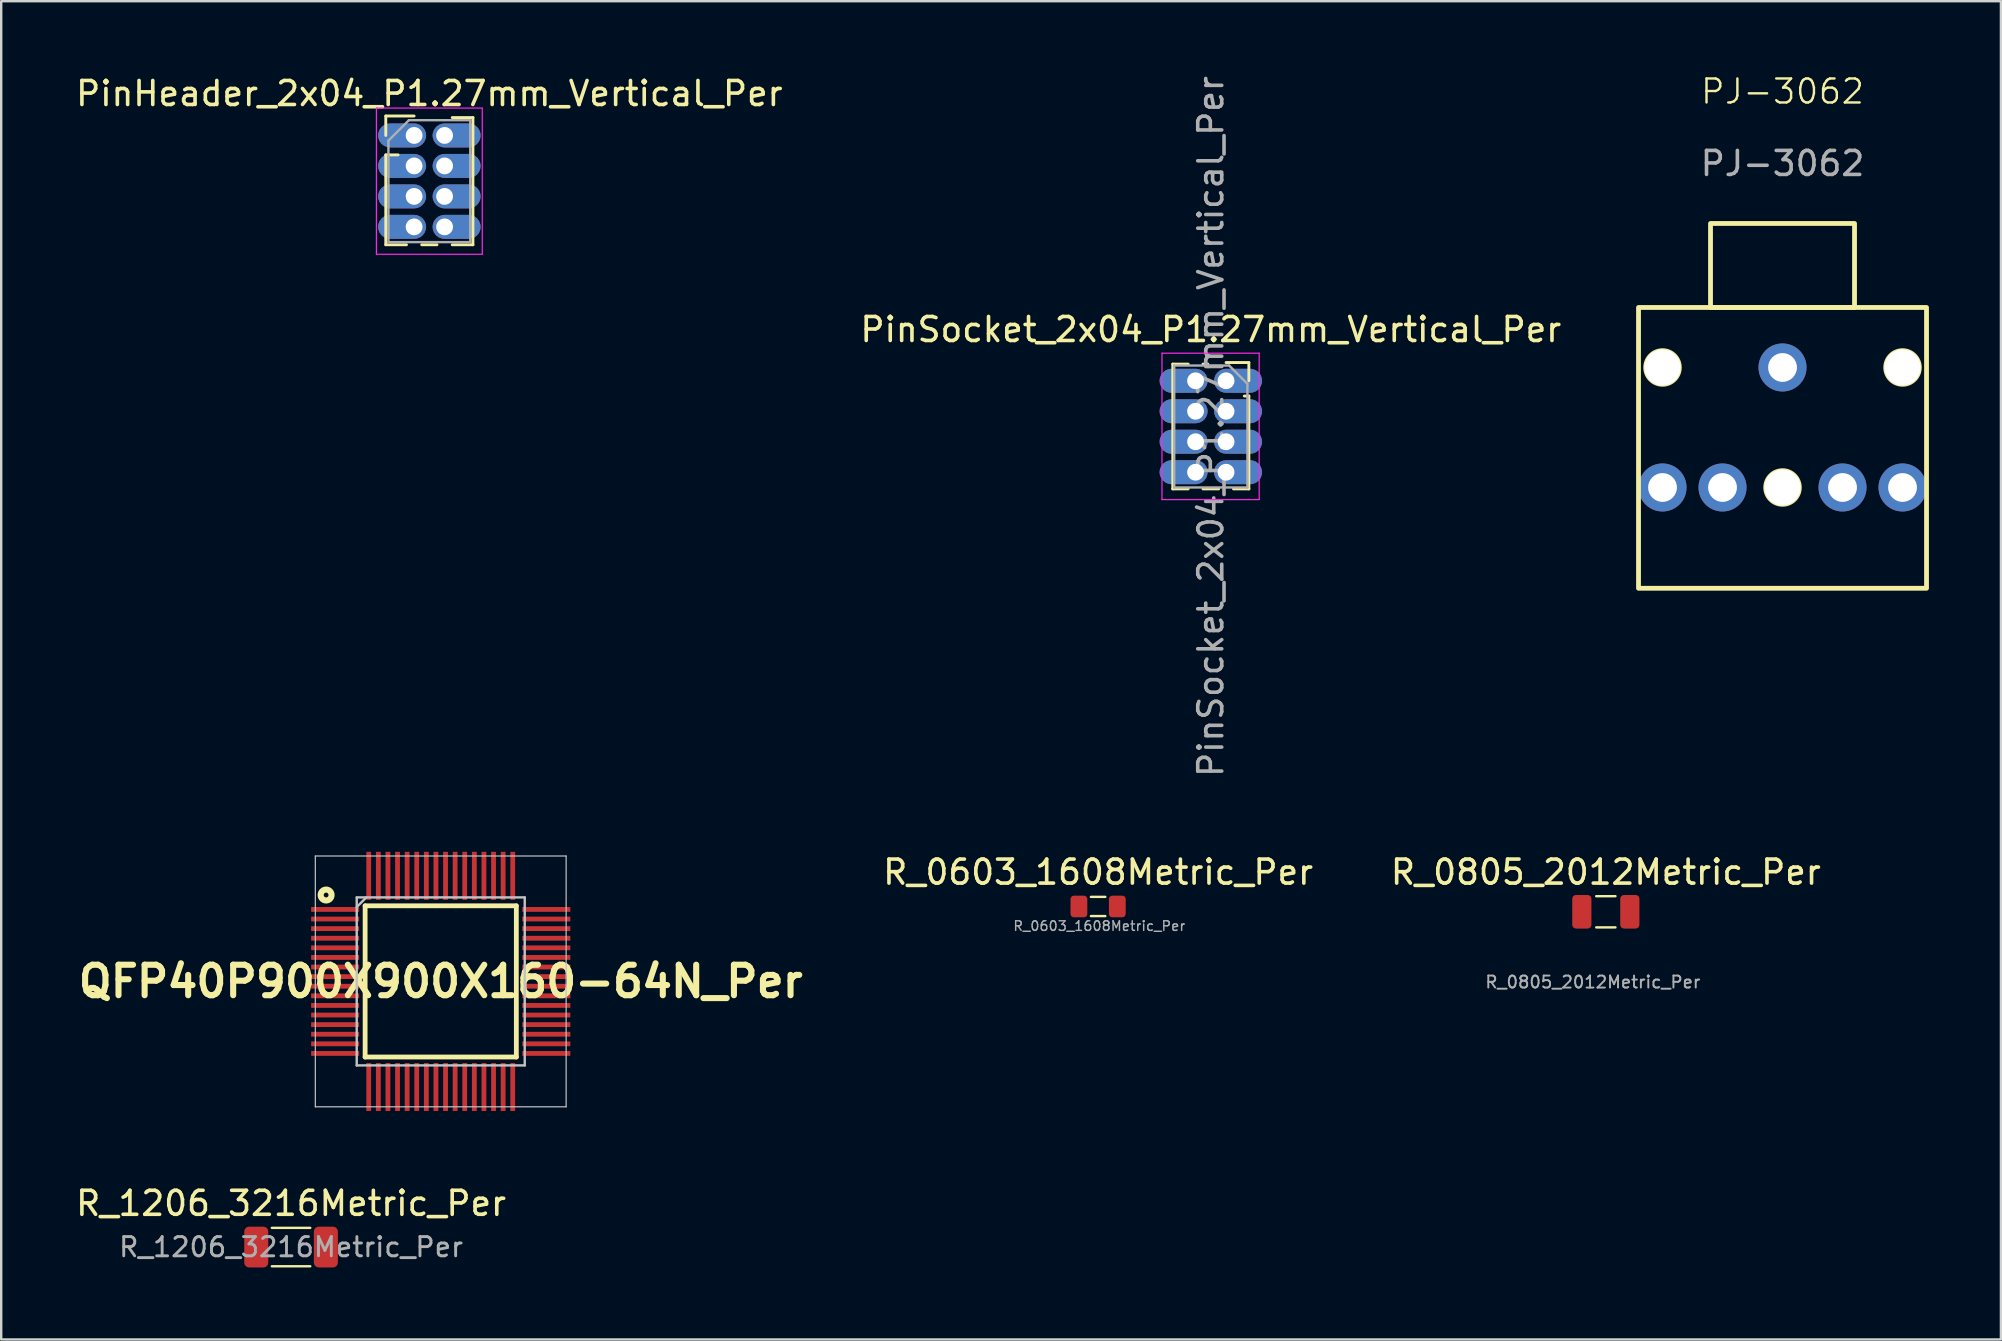
<source format=kicad_pcb>
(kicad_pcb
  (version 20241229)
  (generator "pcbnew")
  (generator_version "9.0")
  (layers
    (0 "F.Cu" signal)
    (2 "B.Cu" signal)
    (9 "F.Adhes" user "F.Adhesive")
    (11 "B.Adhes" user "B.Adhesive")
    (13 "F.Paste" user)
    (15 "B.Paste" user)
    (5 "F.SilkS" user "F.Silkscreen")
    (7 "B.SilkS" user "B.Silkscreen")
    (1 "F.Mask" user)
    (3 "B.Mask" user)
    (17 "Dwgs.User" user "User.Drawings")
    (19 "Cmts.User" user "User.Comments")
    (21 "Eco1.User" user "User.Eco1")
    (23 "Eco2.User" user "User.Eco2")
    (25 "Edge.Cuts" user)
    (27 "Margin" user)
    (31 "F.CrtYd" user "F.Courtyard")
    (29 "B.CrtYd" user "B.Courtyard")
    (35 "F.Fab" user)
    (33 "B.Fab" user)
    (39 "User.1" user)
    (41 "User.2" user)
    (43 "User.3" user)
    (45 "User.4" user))
  (footprint "QFP40P900X900X160-64N_Per"
    (layer "F.Cu")
    (at 15.313 37.841)
    (property "Reference" "QFP40P900X900X160-64N_Per" (at 0 0 0) (layer "F.SilkS") (effects (font (size 1.27 1.27) (thickness 0.254))))
    (attr smd)
    (fp_line (start -3.15 -3.15) (end 3.15 -3.15) (stroke (width 0.2) (type solid)) (layer "F.SilkS"))
    (fp_line (start -3.15 3.15) (end -3.15 -3.15) (stroke (width 0.2) (type solid)) (layer "F.SilkS"))
    (fp_line (start 3.15 -3.15) (end 3.15 3.15) (stroke (width 0.2) (type solid)) (layer "F.SilkS"))
    (fp_line (start 3.15 3.15) (end -3.15 3.15) (stroke (width 0.2) (type solid)) (layer "F.SilkS"))
    (fp_circle (center -4.775 -3.6) (end -4.875 -3.6) (stroke (width 0.254) (type solid)) (fill no) (layer "F.SilkS"))
    (fp_line (start -5.225 -5.225) (end 5.225 -5.225) (stroke (width 0.05) (type solid)) (layer "Dwgs.User"))
    (fp_line (start -5.225 5.225) (end -5.225 -5.225) (stroke (width 0.05) (type solid)) (layer "Dwgs.User"))
    (fp_line (start -3.5 -3.5) (end 3.5 -3.5) (stroke (width 0.1) (type solid)) (layer "Dwgs.User"))
    (fp_line (start -3.5 -3.1) (end -3.1 -3.5) (stroke (width 0.1) (type solid)) (layer "Dwgs.User"))
    (fp_line (start -3.5 3.5) (end -3.5 -3.5) (stroke (width 0.1) (type solid)) (layer "Dwgs.User"))
    (fp_line (start 3.5 -3.5) (end 3.5 3.5) (stroke (width 0.1) (type solid)) (layer "Dwgs.User"))
    (fp_line (start 3.5 3.5) (end -3.5 3.5) (stroke (width 0.1) (type solid)) (layer "Dwgs.User"))
    (fp_line (start 5.225 -5.225) (end 5.225 5.225) (stroke (width 0.05) (type solid)) (layer "Dwgs.User"))
    (fp_line (start 5.225 5.225) (end -5.225 5.225) (stroke (width 0.05) (type solid)) (layer "Dwgs.User"))
    (pad "1" smd rect (at -4.4 -3 90) (size 0.2 2) (layers "F.Cu" "F.Mask" "F.Paste"))
    (pad "2" smd rect (at -4.4 -2.6 90) (size 0.2 2) (layers "F.Cu" "F.Mask" "F.Paste"))
    (pad "3" smd rect (at -4.4 -2.2 90) (size 0.2 2) (layers "F.Cu" "F.Mask" "F.Paste"))
    (pad "4" smd rect (at -4.4 -1.8 90) (size 0.2 2) (layers "F.Cu" "F.Mask" "F.Paste"))
    (pad "5" smd rect (at -4.4 -1.4 90) (size 0.2 2) (layers "F.Cu" "F.Mask" "F.Paste"))
    (pad "6" smd rect (at -4.4 -1 90) (size 0.2 2) (layers "F.Cu" "F.Mask" "F.Paste"))
    (pad "7" smd rect (at -4.4 -0.6 90) (size 0.2 2) (layers "F.Cu" "F.Mask" "F.Paste"))
    (pad "8" smd rect (at -4.4 -0.2 90) (size 0.2 2) (layers "F.Cu" "F.Mask" "F.Paste"))
    (pad "9" smd rect (at -4.4 0.2 90) (size 0.2 2) (layers "F.Cu" "F.Mask" "F.Paste"))
    (pad "10" smd rect (at -4.4 0.6 90) (size 0.2 2) (layers "F.Cu" "F.Mask" "F.Paste"))
    (pad "11" smd rect (at -4.4 1 90) (size 0.2 2) (layers "F.Cu" "F.Mask" "F.Paste"))
    (pad "12" smd rect (at -4.4 1.4 90) (size 0.2 2) (layers "F.Cu" "F.Mask" "F.Paste"))
    (pad "13" smd rect (at -4.4 1.8 90) (size 0.2 2) (layers "F.Cu" "F.Mask" "F.Paste"))
    (pad "14" smd rect (at -4.4 2.2 90) (size 0.2 2) (layers "F.Cu" "F.Mask" "F.Paste"))
    (pad "15" smd rect (at -4.4 2.6 90) (size 0.2 2) (layers "F.Cu" "F.Mask" "F.Paste"))
    (pad "16" smd rect (at -4.4 3 90) (size 0.2 2) (layers "F.Cu" "F.Mask" "F.Paste"))
    (pad "17" smd rect (at -3 4.4) (size 0.2 2) (layers "F.Cu" "F.Mask" "F.Paste"))
    (pad "18" smd rect (at -2.6 4.4) (size 0.2 2) (layers "F.Cu" "F.Mask" "F.Paste"))
    (pad "19" smd rect (at -2.2 4.4) (size 0.2 2) (layers "F.Cu" "F.Mask" "F.Paste"))
    (pad "20" smd rect (at -1.8 4.4) (size 0.2 2) (layers "F.Cu" "F.Mask" "F.Paste"))
    (pad "21" smd rect (at -1.4 4.4) (size 0.2 2) (layers "F.Cu" "F.Mask" "F.Paste"))
    (pad "22" smd rect (at -1 4.4) (size 0.2 2) (layers "F.Cu" "F.Mask" "F.Paste"))
    (pad "23" smd rect (at -0.6 4.4) (size 0.2 2) (layers "F.Cu" "F.Mask" "F.Paste"))
    (pad "24" smd rect (at -0.2 4.4) (size 0.2 2) (layers "F.Cu" "F.Mask" "F.Paste"))
    (pad "25" smd rect (at 0.2 4.4) (size 0.2 2) (layers "F.Cu" "F.Mask" "F.Paste"))
    (pad "26" smd rect (at 0.6 4.4) (size 0.2 2) (layers "F.Cu" "F.Mask" "F.Paste"))
    (pad "27" smd rect (at 1 4.4) (size 0.2 2) (layers "F.Cu" "F.Mask" "F.Paste"))
    (pad "28" smd rect (at 1.4 4.4) (size 0.2 2) (layers "F.Cu" "F.Mask" "F.Paste"))
    (pad "29" smd rect (at 1.8 4.4) (size 0.2 2) (layers "F.Cu" "F.Mask" "F.Paste"))
    (pad "30" smd rect (at 2.2 4.4) (size 0.2 2) (layers "F.Cu" "F.Mask" "F.Paste"))
    (pad "31" smd rect (at 2.6 4.4) (size 0.2 2) (layers "F.Cu" "F.Mask" "F.Paste"))
    (pad "32" smd rect (at 3 4.4) (size 0.2 2) (layers "F.Cu" "F.Mask" "F.Paste"))
    (pad "33" smd rect (at 4.4 3 90) (size 0.2 2) (layers "F.Cu" "F.Mask" "F.Paste"))
    (pad "34" smd rect (at 4.4 2.6 90) (size 0.2 2) (layers "F.Cu" "F.Mask" "F.Paste"))
    (pad "35" smd rect (at 4.4 2.2 90) (size 0.2 2) (layers "F.Cu" "F.Mask" "F.Paste"))
    (pad "36" smd rect (at 4.4 1.8 90) (size 0.2 2) (layers "F.Cu" "F.Mask" "F.Paste"))
    (pad "37" smd rect (at 4.4 1.4 90) (size 0.2 2) (layers "F.Cu" "F.Mask" "F.Paste"))
    (pad "38" smd rect (at 4.4 1 90) (size 0.2 2) (layers "F.Cu" "F.Mask" "F.Paste"))
    (pad "39" smd rect (at 4.4 0.6 90) (size 0.2 2) (layers "F.Cu" "F.Mask" "F.Paste"))
    (pad "40" smd rect (at 4.4 0.2 90) (size 0.2 2) (layers "F.Cu" "F.Mask" "F.Paste"))
    (pad "41" smd rect (at 4.4 -0.2 90) (size 0.2 2) (layers "F.Cu" "F.Mask" "F.Paste"))
    (pad "42" smd rect (at 4.4 -0.6 90) (size 0.2 2) (layers "F.Cu" "F.Mask" "F.Paste"))
    (pad "43" smd rect (at 4.4 -1 90) (size 0.2 2) (layers "F.Cu" "F.Mask" "F.Paste"))
    (pad "44" smd rect (at 4.4 -1.4 90) (size 0.2 2) (layers "F.Cu" "F.Mask" "F.Paste"))
    (pad "45" smd rect (at 4.4 -1.8 90) (size 0.2 2) (layers "F.Cu" "F.Mask" "F.Paste"))
    (pad "46" smd rect (at 4.4 -2.2 90) (size 0.2 2) (layers "F.Cu" "F.Mask" "F.Paste"))
    (pad "47" smd rect (at 4.4 -2.6 90) (size 0.2 2) (layers "F.Cu" "F.Mask" "F.Paste"))
    (pad "48" smd rect (at 4.4 -3 90) (size 0.2 2) (layers "F.Cu" "F.Mask" "F.Paste"))
    (pad "49" smd rect (at 3 -4.4) (size 0.2 2) (layers "F.Cu" "F.Mask" "F.Paste"))
    (pad "50" smd rect (at 2.6 -4.4) (size 0.2 2) (layers "F.Cu" "F.Mask" "F.Paste"))
    (pad "51" smd rect (at 2.2 -4.4) (size 0.2 2) (layers "F.Cu" "F.Mask" "F.Paste"))
    (pad "52" smd rect (at 1.8 -4.4) (size 0.2 2) (layers "F.Cu" "F.Mask" "F.Paste"))
    (pad "53" smd rect (at 1.4 -4.4) (size 0.2 2) (layers "F.Cu" "F.Mask" "F.Paste"))
    (pad "54" smd rect (at 1 -4.4) (size 0.2 2) (layers "F.Cu" "F.Mask" "F.Paste"))
    (pad "55" smd rect (at 0.6 -4.4) (size 0.2 2) (layers "F.Cu" "F.Mask" "F.Paste"))
    (pad "56" smd rect (at 0.2 -4.4) (size 0.2 2) (layers "F.Cu" "F.Mask" "F.Paste"))
    (pad "57" smd rect (at -0.2 -4.4) (size 0.2 2) (layers "F.Cu" "F.Mask" "F.Paste"))
    (pad "58" smd rect (at -0.6 -4.4) (size 0.2 2) (layers "F.Cu" "F.Mask" "F.Paste"))
    (pad "59" smd rect (at -1 -4.4) (size 0.2 2) (layers "F.Cu" "F.Mask" "F.Paste"))
    (pad "60" smd rect (at -1.4 -4.4) (size 0.2 2) (layers "F.Cu" "F.Mask" "F.Paste"))
    (pad "61" smd rect (at -1.8 -4.4) (size 0.2 2) (layers "F.Cu" "F.Mask" "F.Paste"))
    (pad "62" smd rect (at -2.2 -4.4) (size 0.2 2) (layers "F.Cu" "F.Mask" "F.Paste"))
    (pad "63" smd rect (at -2.6 -4.4) (size 0.2 2) (layers "F.Cu" "F.Mask" "F.Paste"))
    (pad "64" smd rect (at -3 -4.4) (size 0.2 2) (layers "F.Cu" "F.Mask" "F.Paste")))
  (footprint "PinHeader_2x04_P1.27mm_Vertical_Per"
    (layer "F.Cu")
    (at 14.204 2.593)
    (property "Reference" "PinHeader_2x04_P1.27mm_Vertical_Per" (at 0.635 -1.745 0) (layer "F.SilkS") (effects (font (size 1 1) (thickness 0.15))))
    (attr through_hole)
    (fp_line (start -1.18 -0.81) (end 0 -0.81) (stroke (width 0.12) (type solid)) (layer "F.SilkS"))
    (fp_line (start -1.18 0) (end -1.18 -0.81) (stroke (width 0.12) (type solid)) (layer "F.SilkS"))
    (fp_line (start -1.18 0.81) (end -1.18 4.555) (stroke (width 0.12) (type solid)) (layer "F.SilkS"))
    (fp_line (start -1.18 0.81) (end -0.667 0.81) (stroke (width 0.12) (type solid)) (layer "F.SilkS"))
    (fp_line (start -1.18 4.555) (end -0.318 4.555) (stroke (width 0.12) (type solid)) (layer "F.SilkS"))
    (fp_line (start 0.318 4.555) (end 0.952 4.555) (stroke (width 0.12) (type solid)) (layer "F.SilkS"))
    (fp_line (start 1.588 -0.745) (end 2.45 -0.745) (stroke (width 0.12) (type solid)) (layer "F.SilkS"))
    (fp_line (start 1.588 4.555) (end 2.45 4.555) (stroke (width 0.12) (type solid)) (layer "F.SilkS"))
    (fp_line (start 2.45 -0.745) (end 2.45 4.555) (stroke (width 0.12) (type solid)) (layer "F.SilkS"))
    (fp_line (start -1.57 -1.14) (end -1.57 4.95) (stroke (width 0.05) (type solid)) (layer "F.CrtYd"))
    (fp_line (start -1.57 4.95) (end 2.84 4.95) (stroke (width 0.05) (type solid)) (layer "F.CrtYd"))
    (fp_line (start 2.84 -1.14) (end -1.57 -1.14) (stroke (width 0.05) (type solid)) (layer "F.CrtYd"))
    (fp_line (start 2.84 4.95) (end 2.84 -1.14) (stroke (width 0.05) (type solid)) (layer "F.CrtYd"))
    (fp_line (start -1.07 0.217) (end -0.217 -0.635) (stroke (width 0.1) (type solid)) (layer "F.Fab"))
    (fp_line (start -1.07 4.445) (end -1.07 0.217) (stroke (width 0.1) (type solid)) (layer "F.Fab"))
    (fp_line (start -0.217 -0.635) (end 2.34 -0.635) (stroke (width 0.1) (type solid)) (layer "F.Fab"))
    (fp_line (start 2.34 -0.635) (end 2.34 4.445) (stroke (width 0.1) (type solid)) (layer "F.Fab"))
    (fp_line (start 2.34 4.445) (end -1.07 4.445) (stroke (width 0.1) (type solid)) (layer "F.Fab"))
    (pad "1" thru_hole roundrect (at 0 0) (size 2 1) (drill 0.7 (offset -0.5 0)) (layers "*.Cu" "*.Mask") (roundrect_rratio 0.5))
    (pad "2" thru_hole roundrect (at 1.27 0) (size 2 1) (drill 0.7 (offset 0.5 0)) (layers "*.Cu" "*.Mask") (roundrect_rratio 0.5))
    (pad "3" thru_hole roundrect (at 0 1.27) (size 2 1) (drill 0.7 (offset -0.5 0)) (layers "*.Cu" "*.Mask") (roundrect_rratio 0.5))
    (pad "4" thru_hole roundrect (at 1.27 1.27) (size 2 1) (drill 0.7 (offset 0.5 0)) (layers "*.Cu" "*.Mask") (roundrect_rratio 0.5))
    (pad "5" thru_hole roundrect (at 0 2.54) (size 2 1) (drill 0.7 (offset -0.5 0)) (layers "*.Cu" "*.Mask") (roundrect_rratio 0.5))
    (pad "6" thru_hole roundrect (at 1.27 2.54) (size 2 1) (drill 0.7 (offset 0.5 0)) (layers "*.Cu" "*.Mask") (roundrect_rratio 0.5))
    (pad "7" thru_hole roundrect (at 0 3.81) (size 2 1) (drill 0.7 (offset -0.5 0)) (layers "*.Cu" "*.Mask") (roundrect_rratio 0.5))
    (pad "8" thru_hole roundrect (at 1.27 3.81) (size 2 1) (drill 0.7 (offset 0.5 0)) (layers "*.Cu" "*.Mask") (roundrect_rratio 0.5)))
  (footprint "PJ-3062"
    (layer "F.Cu")
    (at 71.219 9.761)
    (property "Reference" "PJ-3062" (at 0 -9 0) (unlocked yes) (layer "F.SilkS") (effects (font (size 1 1) (thickness 0.1))))
    (attr through_hole)
    (fp_rect (start -6 0) (end 6 11.7) (stroke (width 0.2) (type default)) (fill no) (layer "F.SilkS"))
    (fp_rect (start -3 -3.5) (end 3 0) (stroke (width 0.2) (type default)) (fill no) (layer "F.SilkS"))
    (fp_circle (center -5 2.5) (end -4.25 2.5) (stroke (width 0.1) (type default)) (fill no) (layer "F.SilkS"))
    (fp_circle (center 0 7.5) (end 0.75 7.5) (stroke (width 0.1) (type default)) (fill no) (layer "F.SilkS"))
    (fp_circle (center 5 2.5) (end 5.75 2.5) (stroke (width 0.1) (type default)) (fill no) (layer "F.SilkS"))
    (fp_text user "${REFERENCE}" (at 0 -6 0) (unlocked yes) (layer "F.Fab") (effects (font (size 1 1) (thickness 0.15))))
    (pad "" np_thru_hole circle (at -5 2.5) (size 1.5 1.5) (drill 1.5) (layers "*.Cu" "*.Mask"))
    (pad "" np_thru_hole circle (at 0 7.5) (size 1.5 1.5) (drill 1.5) (layers "*.Cu" "*.Mask"))
    (pad "" np_thru_hole circle (at 5 2.5) (size 1.5 1.5) (drill 1.5) (layers "*.Cu" "*.Mask"))
    (pad "1" thru_hole circle (at 0 2.5) (size 2 2) (drill 1.2) (layers "*.Cu" "*.Mask"))
    (pad "2" thru_hole circle (at 5 7.5) (size 2 2) (drill 1.2) (layers "*.Cu" "*.Mask"))
    (pad "3" thru_hole circle (at 2.5 7.5) (size 2 2) (drill 1.2) (layers "*.Cu" "*.Mask"))
    (pad "4" thru_hole circle (at -2.5 7.5) (size 2 2) (drill 1.2) (layers "*.Cu" "*.Mask"))
    (pad "5" thru_hole circle (at -5 7.5) (size 2 2) (drill 1.2) (layers "*.Cu" "*.Mask")))
  (footprint "R_0805_2012Metric_Per"
    (layer "F.Cu")
    (at 63.857 34.939)
    (property "Reference" "R_0805_2012Metric_Per" (at 0 -1.65 0) (layer "F.SilkS") (effects (font (size 1 1) (thickness 0.15))))
    (attr smd)
    (fp_line (start -0.4 -0.65) (end 0.4 -0.65) (stroke (width 0.1) (type default)) (layer "F.SilkS"))
    (fp_line (start -0.4 0.65) (end 0.4 0.65) (stroke (width 0.1) (type default)) (layer "F.SilkS"))
    (fp_text user "${REFERENCE}" (at -0.54 2.93 0) (layer "F.Fab") (effects (font (size 0.5 0.5) (thickness 0.08))))
    (pad "1" smd roundrect (at -1 0) (size 0.8 1.4) (layers "F.Cu" "F.Mask" "F.Paste") (roundrect_rratio 0.2))
    (pad "2" smd roundrect (at 1 0) (size 0.8 1.4) (layers "F.Cu" "F.Mask" "F.Paste") (roundrect_rratio 0.2)))
  (footprint "PinSocket_2x04_P1.27mm_Vertical_Per"
    (layer "F.Cu")
    (at 48.034 12.815)
    (property "Reference" "PinSocket_2x04_P1.27mm_Vertical_Per" (at -0.635 -2.135 0) (layer "F.SilkS") (effects (font (size 1 1) (thickness 0.15))))
    (attr through_hole)
    (fp_line (start -2.22 -0.695) (end -2.22 4.505) (stroke (width 0.12) (type solid)) (layer "F.SilkS"))
    (fp_line (start -2.22 -0.695) (end -1.578 -0.695) (stroke (width 0.12) (type solid)) (layer "F.SilkS"))
    (fp_line (start -2.22 4.505) (end -1.578 4.505) (stroke (width 0.12) (type solid)) (layer "F.SilkS"))
    (fp_line (start -0.962 -0.695) (end -0.76 -0.695) (stroke (width 0.12) (type solid)) (layer "F.SilkS"))
    (fp_line (start -0.962 4.505) (end -0.308 4.505) (stroke (width 0.12) (type solid)) (layer "F.SilkS"))
    (fp_line (start 0 -0.76) (end 0.95 -0.76) (stroke (width 0.12) (type solid)) (layer "F.SilkS"))
    (fp_line (start 0.308 4.505) (end 0.95 4.505) (stroke (width 0.12) (type solid)) (layer "F.SilkS"))
    (fp_line (start 0.76 0.635) (end 0.95 0.635) (stroke (width 0.12) (type solid)) (layer "F.SilkS"))
    (fp_line (start 0.95 -0.76) (end 0.95 0) (stroke (width 0.12) (type solid)) (layer "F.SilkS"))
    (fp_line (start 0.95 0.635) (end 0.95 4.505) (stroke (width 0.12) (type solid)) (layer "F.SilkS"))
    (fp_line (start -2.67 -1.15) (end 1.38 -1.15) (stroke (width 0.05) (type solid)) (layer "F.CrtYd"))
    (fp_line (start -2.67 4.95) (end -2.67 -1.15) (stroke (width 0.05) (type solid)) (layer "F.CrtYd"))
    (fp_line (start 1.38 -1.15) (end 1.38 4.95) (stroke (width 0.05) (type solid)) (layer "F.CrtYd"))
    (fp_line (start 1.38 4.95) (end -2.67 4.95) (stroke (width 0.05) (type solid)) (layer "F.CrtYd"))
    (fp_line (start -2.16 -0.635) (end 0.128 -0.635) (stroke (width 0.1) (type solid)) (layer "F.Fab"))
    (fp_line (start -2.16 4.445) (end -2.16 -0.635) (stroke (width 0.1) (type solid)) (layer "F.Fab"))
    (fp_line (start 0.128 -0.635) (end 0.89 0.128) (stroke (width 0.1) (type solid)) (layer "F.Fab"))
    (fp_line (start 0.89 0.128) (end 0.89 4.445) (stroke (width 0.1) (type solid)) (layer "F.Fab"))
    (fp_line (start 0.89 4.445) (end -2.16 4.445) (stroke (width 0.1) (type solid)) (layer "F.Fab"))
    (fp_text user "${REFERENCE}" (at -0.635 1.905 90) (layer "F.Fab") (effects (font (size 1 1) (thickness 0.15))))
    (pad "1" thru_hole roundrect (at 0 0) (size 2 1) (drill 0.7 (offset 0.5 0)) (layers "*.Cu" "*.Mask") (roundrect_rratio 0.5))
    (pad "2" thru_hole roundrect (at -1.27 0 180) (size 2 1) (drill 0.7 (offset 0.5 0)) (layers "*.Cu" "*.Mask") (roundrect_rratio 0.5))
    (pad "3" thru_hole roundrect (at 0 1.27) (size 2 1) (drill 0.7 (offset 0.5 0)) (layers "*.Cu" "*.Mask") (roundrect_rratio 0.5))
    (pad "4" thru_hole roundrect (at -1.27 1.27 180) (size 2 1) (drill 0.7 (offset 0.5 0)) (layers "*.Cu" "*.Mask") (roundrect_rratio 0.5))
    (pad "5" thru_hole roundrect (at 0 2.54) (size 2 1) (drill 0.7 (offset 0.5 0)) (layers "*.Cu" "*.Mask") (roundrect_rratio 0.5))
    (pad "6" thru_hole roundrect (at -1.27 2.54 180) (size 2 1) (drill 0.7 (offset 0.5 0)) (layers "*.Cu" "*.Mask") (roundrect_rratio 0.5))
    (pad "7" thru_hole roundrect (at 0 3.81) (size 2 1) (drill 0.7 (offset 0.5 0)) (layers "*.Cu" "*.Mask") (roundrect_rratio 0.5))
    (pad "8" thru_hole roundrect (at -1.27 3.81 180) (size 2 1) (drill 0.7 (offset 0.5 0)) (layers "*.Cu" "*.Mask") (roundrect_rratio 0.5)))
  (footprint "R_0603_1608Metric_Per"
    (layer "F.Cu")
    (at 42.703 34.719)
    (property "Reference" "R_0603_1608Metric_Per" (at 0 -1.43 0) (layer "F.SilkS") (effects (font (size 1 1) (thickness 0.15))))
    (attr smd)
    (fp_line (start -0.3 -0.4) (end 0.3 -0.4) (stroke (width 0.1) (type default)) (layer "F.SilkS"))
    (fp_line (start -0.3 0.4) (end 0.3 0.4) (stroke (width 0.1) (type default)) (layer "F.SilkS"))
    (fp_text user "${REFERENCE}" (at 0.051 0.813 0) (layer "F.Fab") (effects (font (size 0.4 0.4) (thickness 0.06))))
    (pad "1" smd roundrect (at -0.8 0) (size 0.7 0.9) (layers "F.Cu" "F.Mask" "F.Paste") (roundrect_rratio 0.2))
    (pad "2" smd roundrect (at 0.8 0) (size 0.7 0.9) (layers "F.Cu" "F.Mask" "F.Paste") (roundrect_rratio 0.2)))
  (footprint "R_1206_3216Metric_Per"
    (layer "F.Cu")
    (at 9.077 48.909)
    (property "Reference" "R_1206_3216Metric_Per" (at 0 -1.82 0) (layer "F.SilkS") (effects (font (size 1 1) (thickness 0.15))))
    (attr smd)
    (fp_line (start -0.8 -0.8) (end 0.8 -0.8) (stroke (width 0.1) (type default)) (layer "F.SilkS"))
    (fp_line (start -0.8 0.8) (end 0.8 0.8) (stroke (width 0.1) (type default)) (layer "F.SilkS"))
    (fp_text user "${REFERENCE}" (at 0 0 0) (layer "F.Fab") (effects (font (size 0.8 0.8) (thickness 0.12))))
    (pad "1" smd roundrect (at -1.45 0) (size 1 1.7) (layers "F.Cu" "F.Mask" "F.Paste") (roundrect_rratio 0.2))
    (pad "2" smd roundrect (at 1.45 0) (size 1 1.7) (layers "F.Cu" "F.Mask" "F.Paste") (roundrect_rratio 0.2)))
  (gr_rect
    (start -3 -3)
    (end 80.319 52.759)
    (stroke (width 0.1) (type default))
    (fill no)
    (layer "Edge.Cuts")))
</source>
